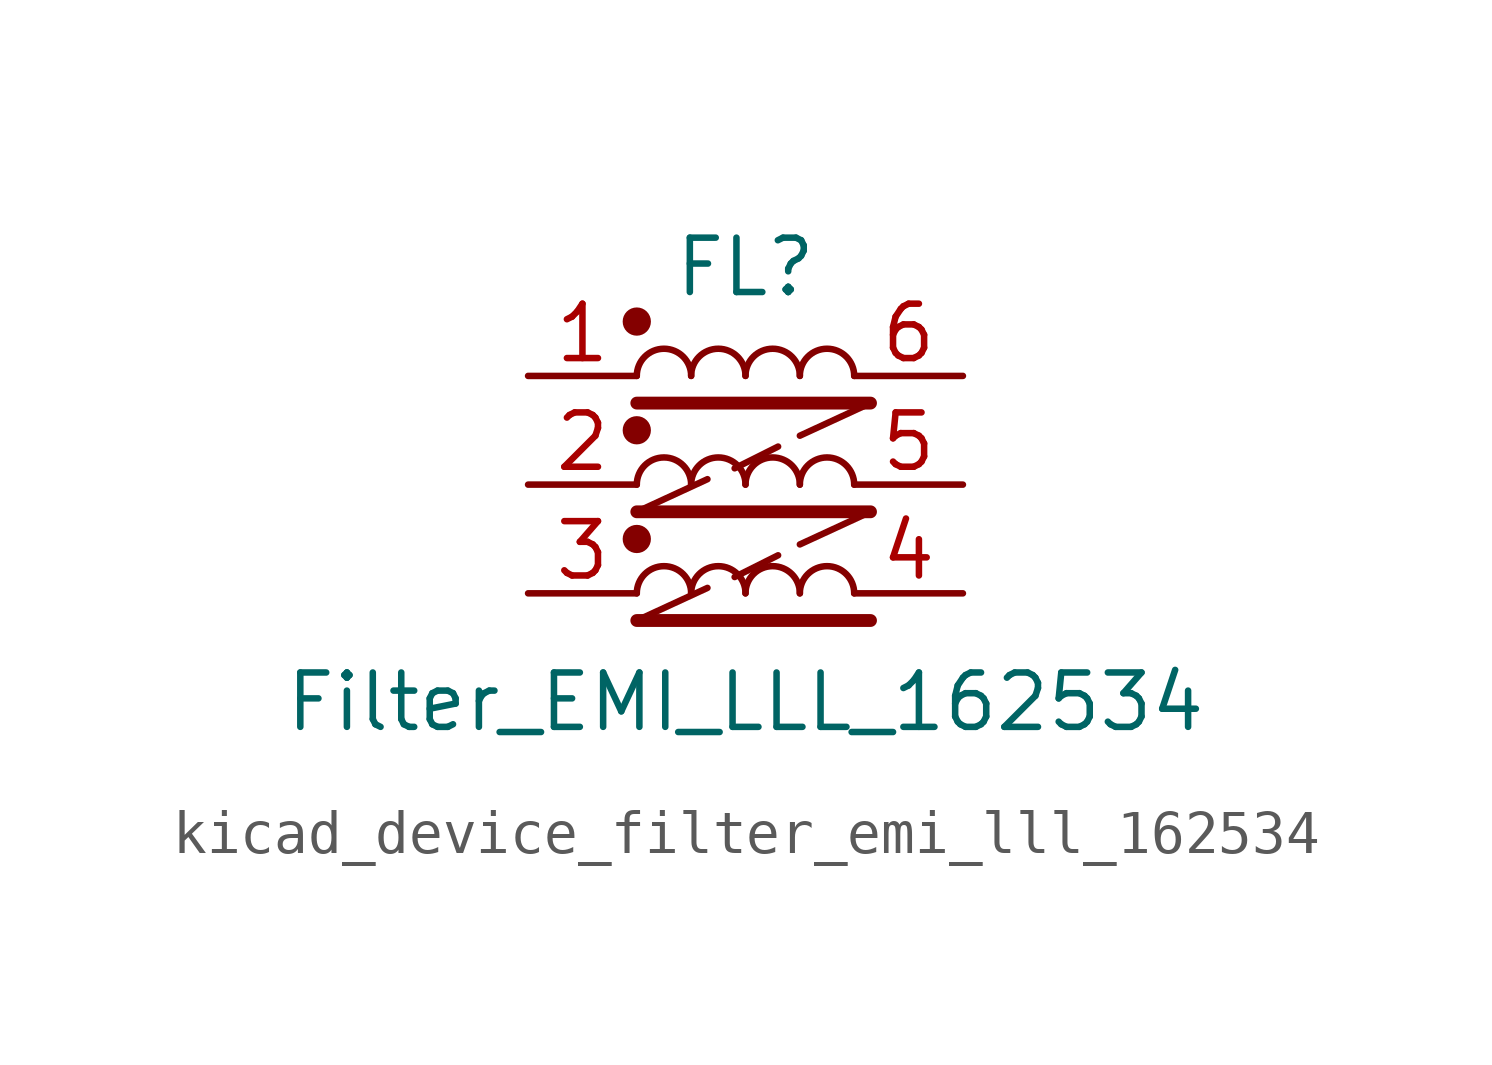
<source format=kicad_sym>
(kicad_symbol_lib
  (version 20220914)
  (generator kicad_symbol_editor)
  (symbol "kicad_device_filter_emi_lll_162534"
    (pin_names hide)
    (property "Reference" "FL"
      (at 0 5.08 0)
      (effects (font (size 1.27 1.27))))
    (property "Value" "Filter_EMI_LLL_162534"
      (at 0 -5.08 0)
      (effects (font (size 1.27 1.27))))
    (symbol "kicad_device_filter_emi_lll_162534_0_1"
      (circle (center -2.54 -1.27) (radius 0.254) (stroke (width 0) (type default)) (fill (type outline)))
      (circle (center -2.54 1.27) (radius 0.254) (stroke (width 0) (type default)) (fill (type outline)))
      (circle (center -2.54 3.81) (radius 0.254) (stroke (width 0) (type default)) (fill (type outline)))
      (arc (start -1.27 -2.54) (mid -1.905 -1.9077) (end -2.54 -2.54) (stroke (width 0) (type default)) (fill (type none)))
      (arc (start -1.27 0) (mid -1.905 0.6323) (end -2.54 0) (stroke (width 0) (type default)) (fill (type none)))
      (arc (start -1.27 2.54) (mid -1.905 3.1723) (end -2.54 2.54) (stroke (width 0) (type default)) (fill (type none)))
      (arc (start 0 -2.54) (mid -0.635 -1.9077) (end -1.27 -2.54) (stroke (width 0) (type default)) (fill (type none)))
      (arc (start 0 0) (mid -0.635 0.6323) (end -1.27 0) (stroke (width 0) (type default)) (fill (type none)))
      (polyline (pts (xy -2.54 -3.175) (xy 2.921 -3.175)) (stroke (width 0.3) (type default)) (fill (type none)))
      (polyline (pts (xy -2.54 -0.635) (xy 2.921 -0.635)) (stroke (width 0.3) (type default)) (fill (type none)))
      (polyline (pts (xy -2.54 1.905) (xy 2.921 1.905)) (stroke (width 0.3) (type default)) (fill (type none)))
      (polyline (pts (xy -0.889 -2.413) (xy -2.54 -3.175)) (stroke (width 0.152) (type default)) (fill (type none)))
      (polyline (pts (xy -0.889 0.127) (xy -2.54 -0.635)) (stroke (width 0.152) (type default)) (fill (type none)))
      (polyline (pts (xy 0.762 -1.651) (xy -0.254 -2.159)) (stroke (width 0.152) (type default)) (fill (type none)))
      (polyline (pts (xy 0.762 0.889) (xy -0.254 0.381)) (stroke (width 0.152) (type default)) (fill (type none)))
      (polyline (pts (xy 2.921 -0.635) (xy 1.27 -1.397)) (stroke (width 0.152) (type default)) (fill (type none)))
      (polyline (pts (xy 2.921 1.905) (xy 1.27 1.143)) (stroke (width 0.152) (type default)) (fill (type none)))
      (arc (start 0 2.54) (mid -0.635 3.1723) (end -1.27 2.54) (stroke (width 0) (type default)) (fill (type none)))
      (arc (start 1.27 -2.54) (mid 0.635 -1.9077) (end 0 -2.54) (stroke (width 0) (type default)) (fill (type none)))
      (arc (start 1.27 0) (mid 0.635 0.6323) (end 0 0) (stroke (width 0) (type default)) (fill (type none)))
      (arc (start 1.27 2.54) (mid 0.635 3.1723) (end 0 2.54) (stroke (width 0) (type default)) (fill (type none)))
      (arc (start 2.54 -2.54) (mid 1.905 -1.9077) (end 1.27 -2.54) (stroke (width 0) (type default)) (fill (type none)))
      (arc (start 2.54 0) (mid 1.905 0.6323) (end 1.27 0) (stroke (width 0) (type default)) (fill (type none)))
      (arc (start 2.54 2.54) (mid 1.905 3.1723) (end 1.27 2.54) (stroke (width 0) (type default)) (fill (type none))))
    (symbol "kicad_device_filter_emi_lll_162534_1_1"
      (pin passive line (at -5.08 2.54 0) (length 2.54) (name "1" (effects (font (size 1.27 1.27)))) (number "1" (effects (font (size 1.27 1.27)))))
      (pin passive line (at -5.08 0 0) (length 2.54) (name "2" (effects (font (size 1.27 1.27)))) (number "2" (effects (font (size 1.27 1.27)))))
      (pin passive line (at -5.08 -2.54 0) (length 2.54) (name "3" (effects (font (size 1.27 1.27)))) (number "3" (effects (font (size 1.27 1.27)))))
      (pin passive line (at 5.08 -2.54 180) (length 2.54) (name "4" (effects (font (size 1.27 1.27)))) (number "4" (effects (font (size 1.27 1.27)))))
      (pin passive line (at 5.08 0 180) (length 2.54) (name "5" (effects (font (size 1.27 1.27)))) (number "5" (effects (font (size 1.27 1.27)))))
      (pin passive line (at 5.08 2.54 180) (length 2.54) (name "6" (effects (font (size 1.27 1.27)))) (number "6" (effects (font (size 1.27 1.27))))))))
</source>
